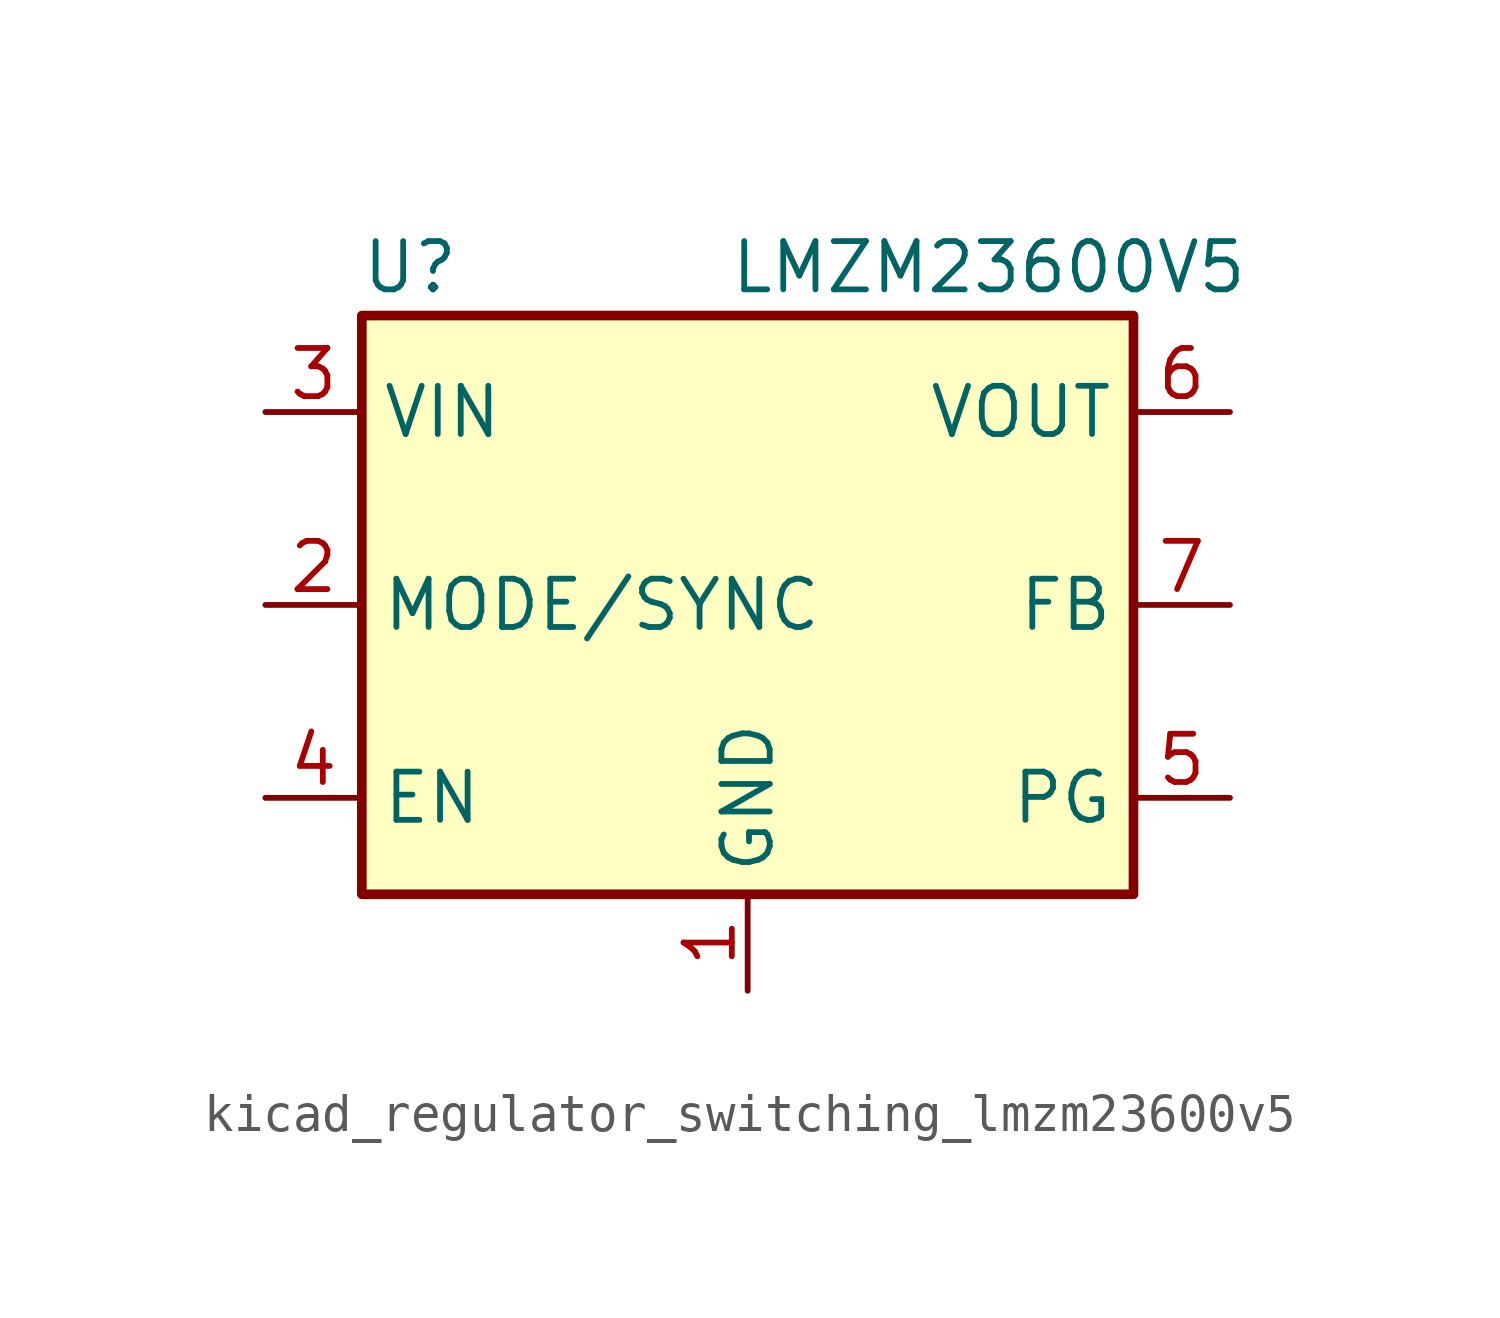
<source format=kicad_sym>
(kicad_symbol_lib
  (version 20220914)
  (generator kicad_symbol_editor)
  (symbol "kicad_regulator_switching_lmzm23600v5"
    (property "Reference" "U"
      (at -8.89 8.89 0)
      (effects (font (size 1.27 1.27))))
    (property "Value" "LMZM23600V5"
      (at 6.35 8.89 0)
      (effects (font (size 1.27 1.27))))
    (symbol "kicad_regulator_switching_lmzm23600v5_0_1"
      (rectangle (start -10.16 7.62) (end 10.16 -7.62) (stroke (width 0.254) (type default)) (fill (type background))))
    (symbol "kicad_regulator_switching_lmzm23600v5_1_1"
      (pin power_in line (at 0 -10.16 90) (length 2.54) (name "GND" (effects (font (size 1.27 1.27)))) (number "1" (effects (font (size 1.27 1.27)))))
      (pin no_connect line (at -2.54 -7.62 90) (length 2.54) hide (name "~" (effects (font (size 1.27 1.27)))) (number "10" (effects (font (size 1.27 1.27)))))
      (pin passive line (at 0 -10.16 90) (length 2.54) hide (name "GND" (effects (font (size 1.27 1.27)))) (number "11" (effects (font (size 1.27 1.27)))))
      (pin input line (at -12.7 0 0) (length 2.54) (name "MODE/SYNC" (effects (font (size 1.27 1.27)))) (number "2" (effects (font (size 1.27 1.27)))))
      (pin power_in line (at -12.7 5.08 0) (length 2.54) (name "VIN" (effects (font (size 1.27 1.27)))) (number "3" (effects (font (size 1.27 1.27)))))
      (pin input line (at -12.7 -5.08 0) (length 2.54) (name "EN" (effects (font (size 1.27 1.27)))) (number "4" (effects (font (size 1.27 1.27)))))
      (pin open_collector line (at 12.7 -5.08 180) (length 2.54) (name "PG" (effects (font (size 1.27 1.27)))) (number "5" (effects (font (size 1.27 1.27)))))
      (pin power_out line (at 12.7 5.08 180) (length 2.54) (name "VOUT" (effects (font (size 1.27 1.27)))) (number "6" (effects (font (size 1.27 1.27)))))
      (pin input line (at 12.7 0 180) (length 2.54) (name "FB" (effects (font (size 1.27 1.27)))) (number "7" (effects (font (size 1.27 1.27)))))
      (pin no_connect line (at 5.08 -7.62 90) (length 2.54) hide (name "~" (effects (font (size 1.27 1.27)))) (number "8" (effects (font (size 1.27 1.27)))))
      (pin no_connect line (at 2.54 -7.62 90) (length 2.54) hide (name "~" (effects (font (size 1.27 1.27)))) (number "9" (effects (font (size 1.27 1.27))))))))
</source>
